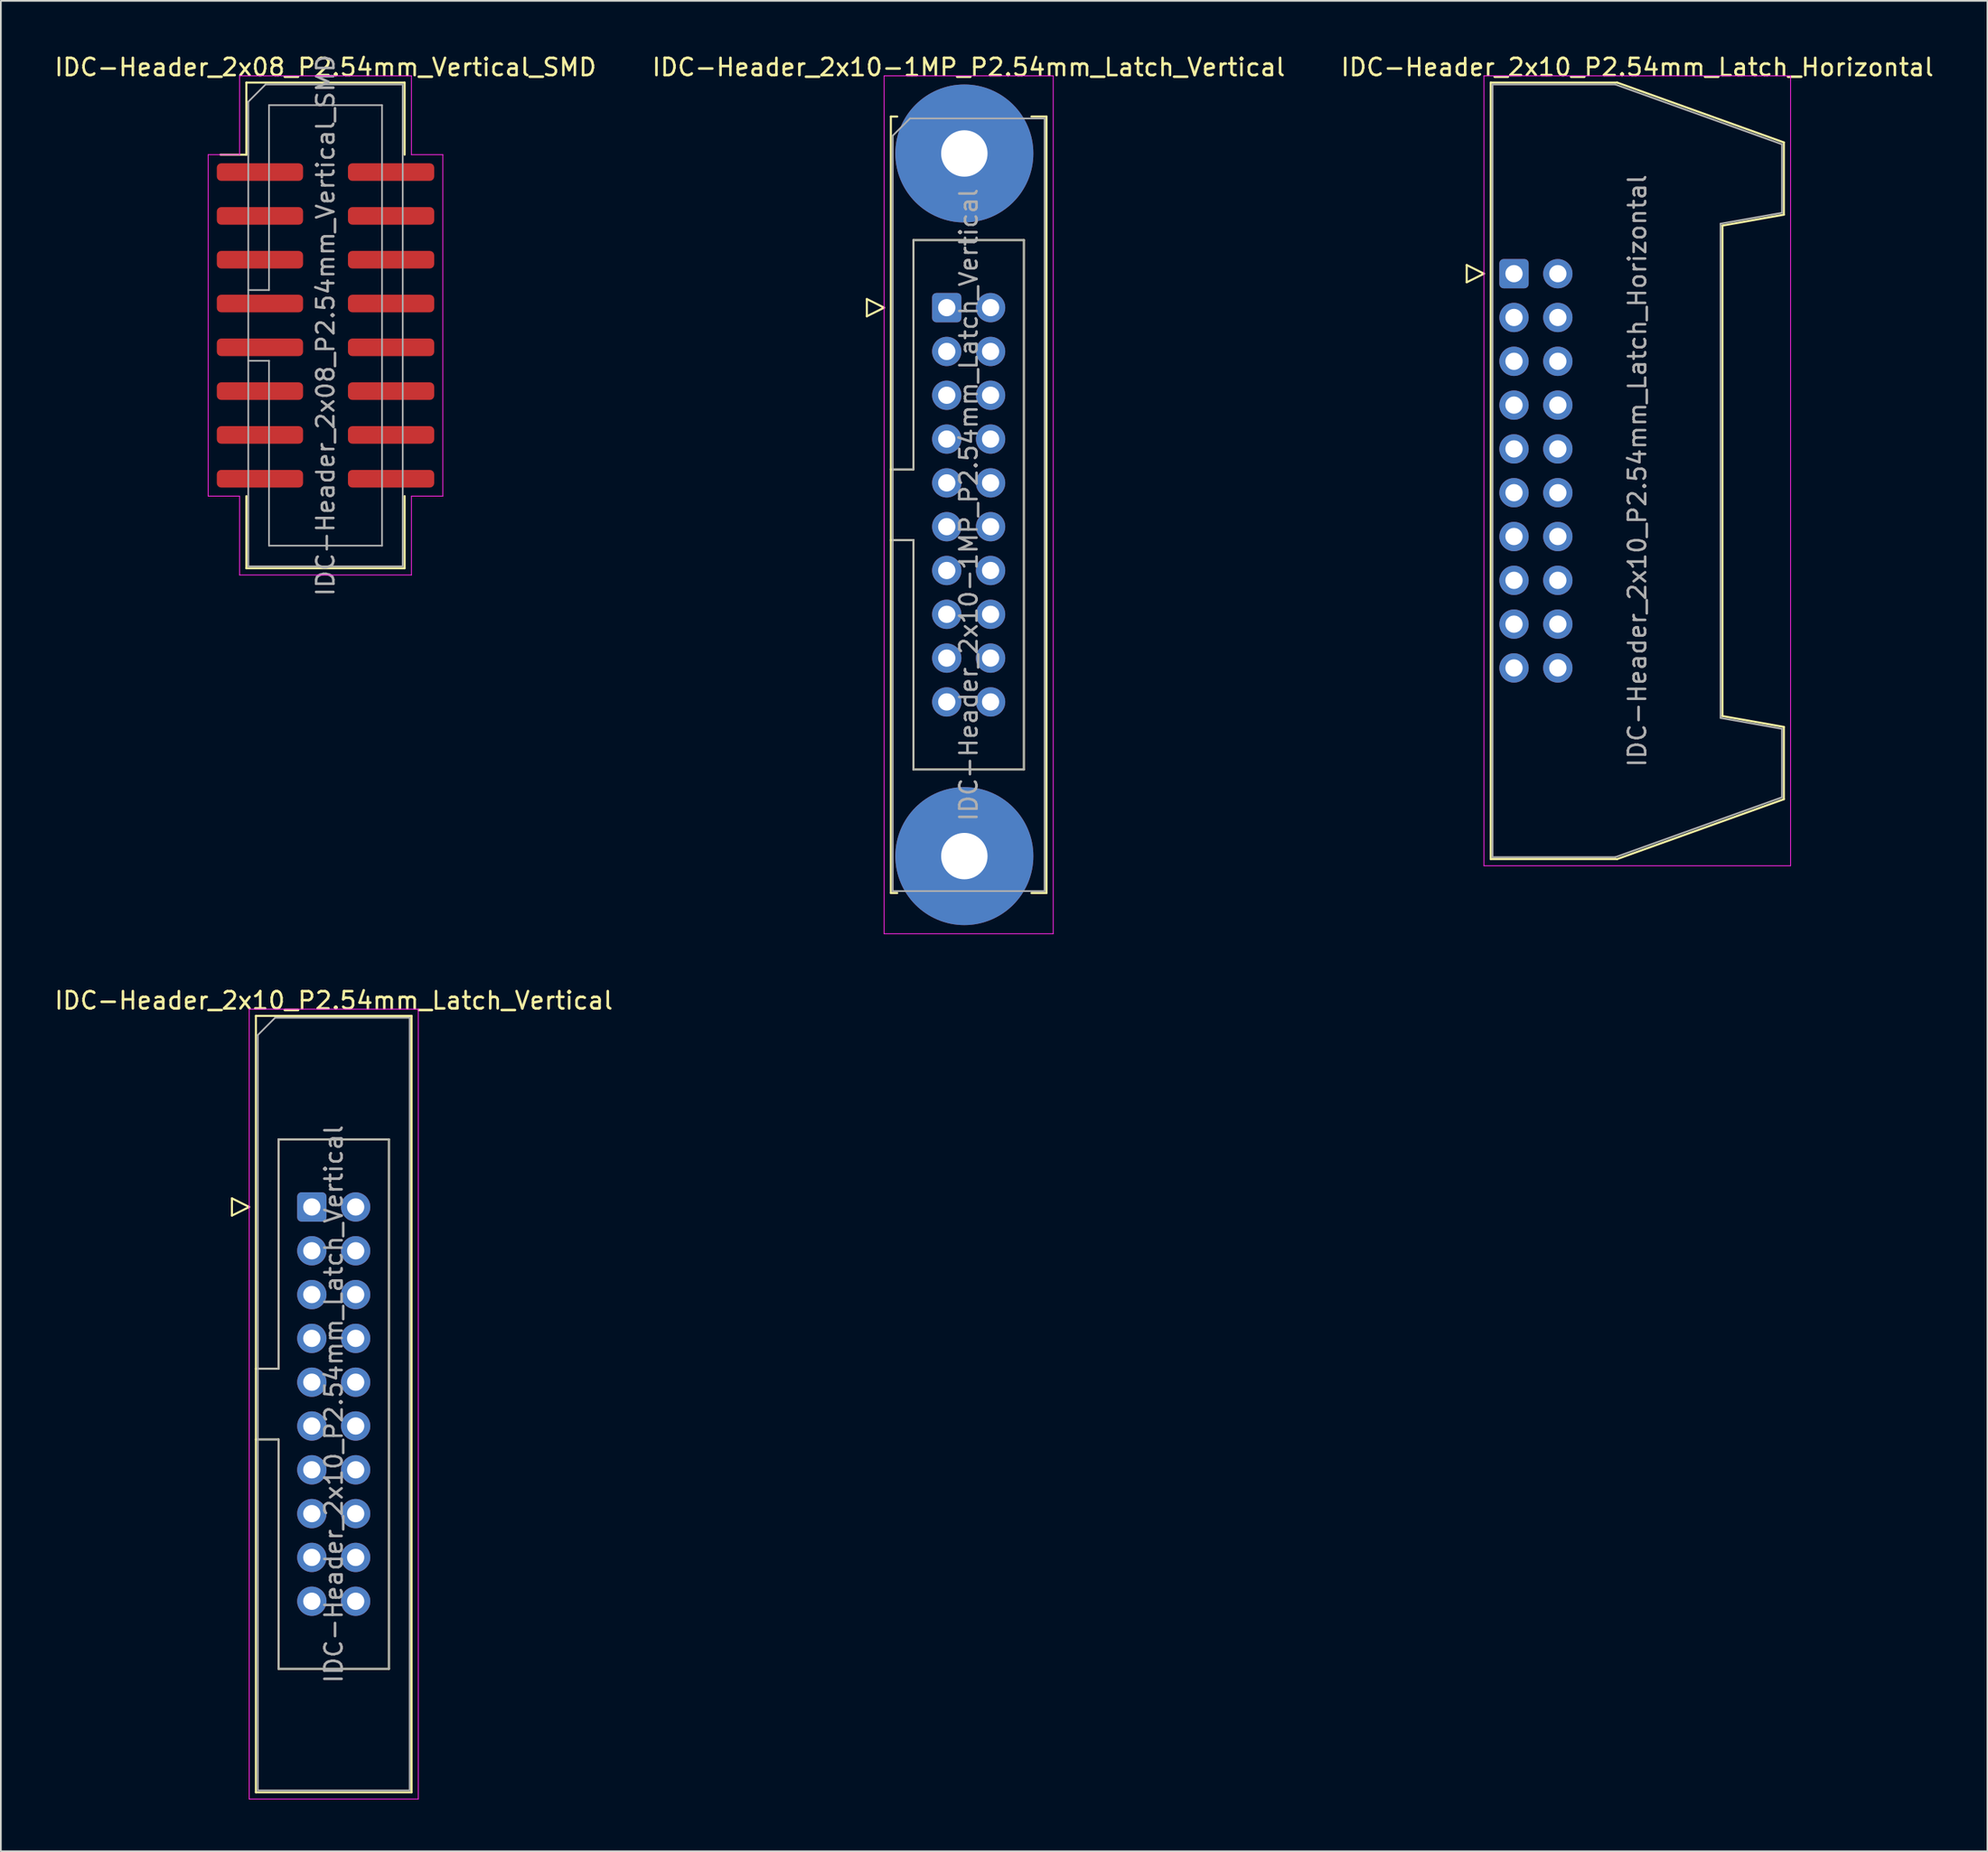
<source format=kicad_pcb>
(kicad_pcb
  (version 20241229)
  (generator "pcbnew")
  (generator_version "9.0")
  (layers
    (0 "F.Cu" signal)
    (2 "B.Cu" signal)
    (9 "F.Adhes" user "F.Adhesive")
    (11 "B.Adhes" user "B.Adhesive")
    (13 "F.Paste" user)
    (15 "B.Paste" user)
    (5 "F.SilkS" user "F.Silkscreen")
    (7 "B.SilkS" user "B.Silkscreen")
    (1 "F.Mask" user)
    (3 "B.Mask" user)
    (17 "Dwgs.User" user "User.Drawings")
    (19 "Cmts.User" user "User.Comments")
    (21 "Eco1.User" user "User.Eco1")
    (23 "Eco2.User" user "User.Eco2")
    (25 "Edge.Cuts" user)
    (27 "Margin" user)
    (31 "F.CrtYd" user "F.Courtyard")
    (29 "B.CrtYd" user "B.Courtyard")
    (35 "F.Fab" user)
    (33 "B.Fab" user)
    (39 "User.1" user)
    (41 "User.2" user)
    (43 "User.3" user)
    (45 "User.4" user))
  (footprint "IDC-Header_2x10-1MP_P2.54mm_Latch_Vertical"
    (layer "F.Cu")
    (at 51.819 14.788)
    (property "Reference" "IDC-Header_2x10-1MP_P2.54mm_Latch_Vertical" (at 1.27 -13.94 0) (layer "F.SilkS") (effects (font (size 1 1) (thickness 0.15))))
    (attr through_hole)
    (fp_line (start -4.63 -0.5) (end -4.63 0.5) (stroke (width 0.12) (type solid)) (layer "F.SilkS"))
    (fp_line (start -4.63 0.5) (end -3.63 0) (stroke (width 0.12) (type solid)) (layer "F.SilkS"))
    (fp_line (start -3.63 0) (end -4.63 -0.5) (stroke (width 0.12) (type solid)) (layer "F.SilkS"))
    (fp_line (start -3.24 -11.08) (end -3.24 33.94) (stroke (width 0.12) (type solid)) (layer "F.SilkS"))
    (fp_line (start -3.24 9.38) (end -1.93 9.38) (stroke (width 0.12) (type solid)) (layer "F.SilkS"))
    (fp_line (start -3.24 33.94) (end -2.87 33.94) (stroke (width 0.12) (type solid)) (layer "F.SilkS"))
    (fp_line (start -2.87 -11.08) (end -3.24 -11.08) (stroke (width 0.12) (type solid)) (layer "F.SilkS"))
    (fp_line (start -1.93 -3.92) (end 4.47 -3.92) (stroke (width 0.12) (type solid)) (layer "F.SilkS"))
    (fp_line (start -1.93 9.38) (end -1.93 -3.92) (stroke (width 0.12) (type solid)) (layer "F.SilkS"))
    (fp_line (start -1.93 13.48) (end -3.24 13.48) (stroke (width 0.12) (type solid)) (layer "F.SilkS"))
    (fp_line (start -1.93 13.48) (end -1.93 13.48) (stroke (width 0.12) (type solid)) (layer "F.SilkS"))
    (fp_line (start -1.93 26.78) (end -1.93 13.48) (stroke (width 0.12) (type solid)) (layer "F.SilkS"))
    (fp_line (start 4.47 -3.92) (end 4.47 26.78) (stroke (width 0.12) (type solid)) (layer "F.SilkS"))
    (fp_line (start 4.47 26.78) (end -1.93 26.78) (stroke (width 0.12) (type solid)) (layer "F.SilkS"))
    (fp_line (start 4.91 -11.08) (end 5.78 -11.08) (stroke (width 0.12) (type solid)) (layer "F.SilkS"))
    (fp_line (start 5.78 -11.08) (end 5.78 33.94) (stroke (width 0.12) (type solid)) (layer "F.SilkS"))
    (fp_line (start 5.78 33.94) (end 4.91 33.94) (stroke (width 0.12) (type solid)) (layer "F.SilkS"))
    (fp_line (start -3.63 -13.44) (end -3.63 36.3) (stroke (width 0.05) (type solid)) (layer "F.CrtYd"))
    (fp_line (start -3.63 36.3) (end 6.17 36.3) (stroke (width 0.05) (type solid)) (layer "F.CrtYd"))
    (fp_line (start 6.17 -13.44) (end -3.63 -13.44) (stroke (width 0.05) (type solid)) (layer "F.CrtYd"))
    (fp_line (start 6.17 36.3) (end 6.17 -13.44) (stroke (width 0.05) (type solid)) (layer "F.CrtYd"))
    (fp_line (start -3.13 -9.97) (end -2.13 -10.97) (stroke (width 0.1) (type solid)) (layer "F.Fab"))
    (fp_line (start -3.13 9.38) (end -1.93 9.38) (stroke (width 0.1) (type solid)) (layer "F.Fab"))
    (fp_line (start -3.13 33.83) (end -3.13 -9.97) (stroke (width 0.1) (type solid)) (layer "F.Fab"))
    (fp_line (start -2.13 -10.97) (end 5.67 -10.97) (stroke (width 0.1) (type solid)) (layer "F.Fab"))
    (fp_line (start -1.93 -3.92) (end 4.47 -3.92) (stroke (width 0.1) (type solid)) (layer "F.Fab"))
    (fp_line (start -1.93 9.38) (end -1.93 -3.92) (stroke (width 0.1) (type solid)) (layer "F.Fab"))
    (fp_line (start -1.93 13.48) (end -3.13 13.48) (stroke (width 0.1) (type solid)) (layer "F.Fab"))
    (fp_line (start -1.93 13.48) (end -1.93 13.48) (stroke (width 0.1) (type solid)) (layer "F.Fab"))
    (fp_line (start -1.93 26.78) (end -1.93 13.48) (stroke (width 0.1) (type solid)) (layer "F.Fab"))
    (fp_line (start 4.47 -3.92) (end 4.47 26.78) (stroke (width 0.1) (type solid)) (layer "F.Fab"))
    (fp_line (start 4.47 26.78) (end -1.93 26.78) (stroke (width 0.1) (type solid)) (layer "F.Fab"))
    (fp_line (start 5.67 -10.97) (end 5.67 33.83) (stroke (width 0.1) (type solid)) (layer "F.Fab"))
    (fp_line (start 5.67 33.83) (end -3.13 33.83) (stroke (width 0.1) (type solid)) (layer "F.Fab"))
    (fp_text user "${REFERENCE}" (at 1.27 11.43 90) (layer "F.Fab") (effects (font (size 1 1) (thickness 0.15))))
    (pad "1" thru_hole roundrect (at 0 0) (size 1.7 1.7) (drill 1) (layers "*.Cu" "*.Mask") (roundrect_rratio 0.147))
    (pad "2" thru_hole circle (at 2.54 0) (size 1.7 1.7) (drill 1) (layers "*.Cu" "*.Mask"))
    (pad "3" thru_hole circle (at 0 2.54) (size 1.7 1.7) (drill 1) (layers "*.Cu" "*.Mask"))
    (pad "4" thru_hole circle (at 2.54 2.54) (size 1.7 1.7) (drill 1) (layers "*.Cu" "*.Mask"))
    (pad "5" thru_hole circle (at 0 5.08) (size 1.7 1.7) (drill 1) (layers "*.Cu" "*.Mask"))
    (pad "6" thru_hole circle (at 2.54 5.08) (size 1.7 1.7) (drill 1) (layers "*.Cu" "*.Mask"))
    (pad "7" thru_hole circle (at 0 7.62) (size 1.7 1.7) (drill 1) (layers "*.Cu" "*.Mask"))
    (pad "8" thru_hole circle (at 2.54 7.62) (size 1.7 1.7) (drill 1) (layers "*.Cu" "*.Mask"))
    (pad "9" thru_hole circle (at 0 10.16) (size 1.7 1.7) (drill 1) (layers "*.Cu" "*.Mask"))
    (pad "10" thru_hole circle (at 2.54 10.16) (size 1.7 1.7) (drill 1) (layers "*.Cu" "*.Mask"))
    (pad "11" thru_hole circle (at 0 12.7) (size 1.7 1.7) (drill 1) (layers "*.Cu" "*.Mask"))
    (pad "12" thru_hole circle (at 2.54 12.7) (size 1.7 1.7) (drill 1) (layers "*.Cu" "*.Mask"))
    (pad "13" thru_hole circle (at 0 15.24) (size 1.7 1.7) (drill 1) (layers "*.Cu" "*.Mask"))
    (pad "14" thru_hole circle (at 2.54 15.24) (size 1.7 1.7) (drill 1) (layers "*.Cu" "*.Mask"))
    (pad "15" thru_hole circle (at 0 17.78) (size 1.7 1.7) (drill 1) (layers "*.Cu" "*.Mask"))
    (pad "16" thru_hole circle (at 2.54 17.78) (size 1.7 1.7) (drill 1) (layers "*.Cu" "*.Mask"))
    (pad "17" thru_hole circle (at 0 20.32) (size 1.7 1.7) (drill 1) (layers "*.Cu" "*.Mask"))
    (pad "18" thru_hole circle (at 2.54 20.32) (size 1.7 1.7) (drill 1) (layers "*.Cu" "*.Mask"))
    (pad "19" thru_hole circle (at 0 22.86) (size 1.7 1.7) (drill 1) (layers "*.Cu" "*.Mask"))
    (pad "20" thru_hole circle (at 2.54 22.86) (size 1.7 1.7) (drill 1) (layers "*.Cu" "*.Mask"))
    (pad "MP" thru_hole circle (at 1.02 -8.94) (size 8 8) (drill 2.69) (layers "*.Cu" "*.Mask"))
    (pad "MP" thru_hole circle (at 1.02 31.8) (size 8 8) (drill 2.69) (layers "*.Cu" "*.Mask")))
  (footprint "IDC-Header_2x10_P2.54mm_Latch_Vertical"
    (layer "F.Cu")
    (at 15.022 66.931)
    (property "Reference" "IDC-Header_2x10_P2.54mm_Latch_Vertical" (at 1.27 -11.97 0) (layer "F.SilkS") (effects (font (size 1 1) (thickness 0.15))))
    (attr through_hole)
    (fp_line (start -4.63 -0.5) (end -4.63 0.5) (stroke (width 0.12) (type solid)) (layer "F.SilkS"))
    (fp_line (start -4.63 0.5) (end -3.63 0) (stroke (width 0.12) (type solid)) (layer "F.SilkS"))
    (fp_line (start -3.63 0) (end -4.63 -0.5) (stroke (width 0.12) (type solid)) (layer "F.SilkS"))
    (fp_line (start -3.24 -11.08) (end 5.78 -11.08) (stroke (width 0.12) (type solid)) (layer "F.SilkS"))
    (fp_line (start -3.24 9.38) (end -1.93 9.38) (stroke (width 0.12) (type solid)) (layer "F.SilkS"))
    (fp_line (start -3.24 33.94) (end -3.24 -11.08) (stroke (width 0.12) (type solid)) (layer "F.SilkS"))
    (fp_line (start -1.93 -3.92) (end 4.47 -3.92) (stroke (width 0.12) (type solid)) (layer "F.SilkS"))
    (fp_line (start -1.93 9.38) (end -1.93 -3.92) (stroke (width 0.12) (type solid)) (layer "F.SilkS"))
    (fp_line (start -1.93 13.48) (end -3.24 13.48) (stroke (width 0.12) (type solid)) (layer "F.SilkS"))
    (fp_line (start -1.93 13.48) (end -1.93 13.48) (stroke (width 0.12) (type solid)) (layer "F.SilkS"))
    (fp_line (start -1.93 26.78) (end -1.93 13.48) (stroke (width 0.12) (type solid)) (layer "F.SilkS"))
    (fp_line (start 4.47 -3.92) (end 4.47 26.78) (stroke (width 0.12) (type solid)) (layer "F.SilkS"))
    (fp_line (start 4.47 26.78) (end -1.93 26.78) (stroke (width 0.12) (type solid)) (layer "F.SilkS"))
    (fp_line (start 5.78 -11.08) (end 5.78 33.94) (stroke (width 0.12) (type solid)) (layer "F.SilkS"))
    (fp_line (start 5.78 33.94) (end -3.24 33.94) (stroke (width 0.12) (type solid)) (layer "F.SilkS"))
    (fp_line (start -3.63 -11.47) (end -3.63 34.33) (stroke (width 0.05) (type solid)) (layer "F.CrtYd"))
    (fp_line (start -3.63 34.33) (end 6.17 34.33) (stroke (width 0.05) (type solid)) (layer "F.CrtYd"))
    (fp_line (start 6.17 -11.47) (end -3.63 -11.47) (stroke (width 0.05) (type solid)) (layer "F.CrtYd"))
    (fp_line (start 6.17 34.33) (end 6.17 -11.47) (stroke (width 0.05) (type solid)) (layer "F.CrtYd"))
    (fp_line (start -3.13 -9.97) (end -2.13 -10.97) (stroke (width 0.1) (type solid)) (layer "F.Fab"))
    (fp_line (start -3.13 9.38) (end -1.93 9.38) (stroke (width 0.1) (type solid)) (layer "F.Fab"))
    (fp_line (start -3.13 33.83) (end -3.13 -9.97) (stroke (width 0.1) (type solid)) (layer "F.Fab"))
    (fp_line (start -2.13 -10.97) (end 5.67 -10.97) (stroke (width 0.1) (type solid)) (layer "F.Fab"))
    (fp_line (start -1.93 -3.92) (end 4.47 -3.92) (stroke (width 0.1) (type solid)) (layer "F.Fab"))
    (fp_line (start -1.93 9.38) (end -1.93 -3.92) (stroke (width 0.1) (type solid)) (layer "F.Fab"))
    (fp_line (start -1.93 13.48) (end -3.13 13.48) (stroke (width 0.1) (type solid)) (layer "F.Fab"))
    (fp_line (start -1.93 13.48) (end -1.93 13.48) (stroke (width 0.1) (type solid)) (layer "F.Fab"))
    (fp_line (start -1.93 26.78) (end -1.93 13.48) (stroke (width 0.1) (type solid)) (layer "F.Fab"))
    (fp_line (start 4.47 -3.92) (end 4.47 26.78) (stroke (width 0.1) (type solid)) (layer "F.Fab"))
    (fp_line (start 4.47 26.78) (end -1.93 26.78) (stroke (width 0.1) (type solid)) (layer "F.Fab"))
    (fp_line (start 5.67 -10.97) (end 5.67 33.83) (stroke (width 0.1) (type solid)) (layer "F.Fab"))
    (fp_line (start 5.67 33.83) (end -3.13 33.83) (stroke (width 0.1) (type solid)) (layer "F.Fab"))
    (fp_text user "${REFERENCE}" (at 1.27 11.43 90) (layer "F.Fab") (effects (font (size 1 1) (thickness 0.15))))
    (pad "1" thru_hole roundrect (at 0 0) (size 1.7 1.7) (drill 1) (layers "*.Cu" "*.Mask") (roundrect_rratio 0.147))
    (pad "2" thru_hole circle (at 2.54 0) (size 1.7 1.7) (drill 1) (layers "*.Cu" "*.Mask"))
    (pad "3" thru_hole circle (at 0 2.54) (size 1.7 1.7) (drill 1) (layers "*.Cu" "*.Mask"))
    (pad "4" thru_hole circle (at 2.54 2.54) (size 1.7 1.7) (drill 1) (layers "*.Cu" "*.Mask"))
    (pad "5" thru_hole circle (at 0 5.08) (size 1.7 1.7) (drill 1) (layers "*.Cu" "*.Mask"))
    (pad "6" thru_hole circle (at 2.54 5.08) (size 1.7 1.7) (drill 1) (layers "*.Cu" "*.Mask"))
    (pad "7" thru_hole circle (at 0 7.62) (size 1.7 1.7) (drill 1) (layers "*.Cu" "*.Mask"))
    (pad "8" thru_hole circle (at 2.54 7.62) (size 1.7 1.7) (drill 1) (layers "*.Cu" "*.Mask"))
    (pad "9" thru_hole circle (at 0 10.16) (size 1.7 1.7) (drill 1) (layers "*.Cu" "*.Mask"))
    (pad "10" thru_hole circle (at 2.54 10.16) (size 1.7 1.7) (drill 1) (layers "*.Cu" "*.Mask"))
    (pad "11" thru_hole circle (at 0 12.7) (size 1.7 1.7) (drill 1) (layers "*.Cu" "*.Mask"))
    (pad "12" thru_hole circle (at 2.54 12.7) (size 1.7 1.7) (drill 1) (layers "*.Cu" "*.Mask"))
    (pad "13" thru_hole circle (at 0 15.24) (size 1.7 1.7) (drill 1) (layers "*.Cu" "*.Mask"))
    (pad "14" thru_hole circle (at 2.54 15.24) (size 1.7 1.7) (drill 1) (layers "*.Cu" "*.Mask"))
    (pad "15" thru_hole circle (at 0 17.78) (size 1.7 1.7) (drill 1) (layers "*.Cu" "*.Mask"))
    (pad "16" thru_hole circle (at 2.54 17.78) (size 1.7 1.7) (drill 1) (layers "*.Cu" "*.Mask"))
    (pad "17" thru_hole circle (at 0 20.32) (size 1.7 1.7) (drill 1) (layers "*.Cu" "*.Mask"))
    (pad "18" thru_hole circle (at 2.54 20.32) (size 1.7 1.7) (drill 1) (layers "*.Cu" "*.Mask"))
    (pad "19" thru_hole circle (at 0 22.86) (size 1.7 1.7) (drill 1) (layers "*.Cu" "*.Mask"))
    (pad "20" thru_hole circle (at 2.54 22.86) (size 1.7 1.7) (drill 1) (layers "*.Cu" "*.Mask")))
  (footprint "IDC-Header_2x10_P2.54mm_Latch_Horizontal"
    (layer "F.Cu")
    (at 84.694 12.818)
    (property "Reference" "IDC-Header_2x10_P2.54mm_Latch_Horizontal" (at 7.145 -11.97 0) (layer "F.SilkS") (effects (font (size 1 1) (thickness 0.15))))
    (attr through_hole)
    (fp_line (start -2.74 -0.5) (end -2.74 0.5) (stroke (width 0.12) (type solid)) (layer "F.SilkS"))
    (fp_line (start -2.74 0.5) (end -1.74 0) (stroke (width 0.12) (type solid)) (layer "F.SilkS"))
    (fp_line (start -1.74 0) (end -2.74 -0.5) (stroke (width 0.12) (type solid)) (layer "F.SilkS"))
    (fp_line (start -1.35 -11.08) (end 5.98 -11.08) (stroke (width 0.12) (type solid)) (layer "F.SilkS"))
    (fp_line (start -1.35 33.94) (end -1.35 -11.08) (stroke (width 0.12) (type solid)) (layer "F.SilkS"))
    (fp_line (start 5.98 -11.08) (end 15.64 -7.61) (stroke (width 0.12) (type solid)) (layer "F.SilkS"))
    (fp_line (start 5.98 33.94) (end -1.35 33.94) (stroke (width 0.12) (type solid)) (layer "F.SilkS"))
    (fp_line (start 12.08 -2.79) (end 12.08 25.65) (stroke (width 0.12) (type solid)) (layer "F.SilkS"))
    (fp_line (start 12.08 25.65) (end 15.64 26.28) (stroke (width 0.12) (type solid)) (layer "F.SilkS"))
    (fp_line (start 15.64 -7.61) (end 15.64 -3.42) (stroke (width 0.12) (type solid)) (layer "F.SilkS"))
    (fp_line (start 15.64 -3.42) (end 12.08 -2.79) (stroke (width 0.12) (type solid)) (layer "F.SilkS"))
    (fp_line (start 15.64 26.28) (end 15.64 30.47) (stroke (width 0.12) (type solid)) (layer "F.SilkS"))
    (fp_line (start 15.64 30.47) (end 5.98 33.94) (stroke (width 0.12) (type solid)) (layer "F.SilkS"))
    (fp_line (start -1.74 -11.47) (end -1.74 34.33) (stroke (width 0.05) (type solid)) (layer "F.CrtYd"))
    (fp_line (start -1.74 34.33) (end 16.03 34.33) (stroke (width 0.05) (type solid)) (layer "F.CrtYd"))
    (fp_line (start 16.03 -11.47) (end -1.74 -11.47) (stroke (width 0.05) (type solid)) (layer "F.CrtYd"))
    (fp_line (start 16.03 34.33) (end 16.03 -11.47) (stroke (width 0.05) (type solid)) (layer "F.CrtYd"))
    (fp_line (start -1.24 -10.97) (end 5.87 -10.97) (stroke (width 0.1) (type solid)) (layer "F.Fab"))
    (fp_line (start -1.24 33.83) (end -1.24 -10.97) (stroke (width 0.1) (type solid)) (layer "F.Fab"))
    (fp_line (start 5.87 -10.97) (end 15.53 -7.5) (stroke (width 0.1) (type solid)) (layer "F.Fab"))
    (fp_line (start 5.87 33.83) (end -1.24 33.83) (stroke (width 0.1) (type solid)) (layer "F.Fab"))
    (fp_line (start 11.97 -2.9) (end 11.97 25.76) (stroke (width 0.1) (type solid)) (layer "F.Fab"))
    (fp_line (start 11.97 25.76) (end 15.53 26.39) (stroke (width 0.1) (type solid)) (layer "F.Fab"))
    (fp_line (start 15.53 -7.5) (end 15.53 -3.53) (stroke (width 0.1) (type solid)) (layer "F.Fab"))
    (fp_line (start 15.53 -3.53) (end 11.97 -2.9) (stroke (width 0.1) (type solid)) (layer "F.Fab"))
    (fp_line (start 15.53 26.39) (end 15.53 30.36) (stroke (width 0.1) (type solid)) (layer "F.Fab"))
    (fp_line (start 15.53 30.36) (end 5.87 33.83) (stroke (width 0.1) (type solid)) (layer "F.Fab"))
    (fp_text user "${REFERENCE}" (at 7.145 11.43 90) (layer "F.Fab") (effects (font (size 1 1) (thickness 0.15))))
    (pad "1" thru_hole roundrect (at 0 0) (size 1.7 1.7) (drill 1) (layers "*.Cu" "*.Mask") (roundrect_rratio 0.147))
    (pad "2" thru_hole circle (at 2.54 0) (size 1.7 1.7) (drill 1) (layers "*.Cu" "*.Mask"))
    (pad "3" thru_hole circle (at 0 2.54) (size 1.7 1.7) (drill 1) (layers "*.Cu" "*.Mask"))
    (pad "4" thru_hole circle (at 2.54 2.54) (size 1.7 1.7) (drill 1) (layers "*.Cu" "*.Mask"))
    (pad "5" thru_hole circle (at 0 5.08) (size 1.7 1.7) (drill 1) (layers "*.Cu" "*.Mask"))
    (pad "6" thru_hole circle (at 2.54 5.08) (size 1.7 1.7) (drill 1) (layers "*.Cu" "*.Mask"))
    (pad "7" thru_hole circle (at 0 7.62) (size 1.7 1.7) (drill 1) (layers "*.Cu" "*.Mask"))
    (pad "8" thru_hole circle (at 2.54 7.62) (size 1.7 1.7) (drill 1) (layers "*.Cu" "*.Mask"))
    (pad "9" thru_hole circle (at 0 10.16) (size 1.7 1.7) (drill 1) (layers "*.Cu" "*.Mask"))
    (pad "10" thru_hole circle (at 2.54 10.16) (size 1.7 1.7) (drill 1) (layers "*.Cu" "*.Mask"))
    (pad "11" thru_hole circle (at 0 12.7) (size 1.7 1.7) (drill 1) (layers "*.Cu" "*.Mask"))
    (pad "12" thru_hole circle (at 2.54 12.7) (size 1.7 1.7) (drill 1) (layers "*.Cu" "*.Mask"))
    (pad "13" thru_hole circle (at 0 15.24) (size 1.7 1.7) (drill 1) (layers "*.Cu" "*.Mask"))
    (pad "14" thru_hole circle (at 2.54 15.24) (size 1.7 1.7) (drill 1) (layers "*.Cu" "*.Mask"))
    (pad "15" thru_hole circle (at 0 17.78) (size 1.7 1.7) (drill 1) (layers "*.Cu" "*.Mask"))
    (pad "16" thru_hole circle (at 2.54 17.78) (size 1.7 1.7) (drill 1) (layers "*.Cu" "*.Mask"))
    (pad "17" thru_hole circle (at 0 20.32) (size 1.7 1.7) (drill 1) (layers "*.Cu" "*.Mask"))
    (pad "18" thru_hole circle (at 2.54 20.32) (size 1.7 1.7) (drill 1) (layers "*.Cu" "*.Mask"))
    (pad "19" thru_hole circle (at 0 22.86) (size 1.7 1.7) (drill 1) (layers "*.Cu" "*.Mask"))
    (pad "20" thru_hole circle (at 2.54 22.86) (size 1.7 1.7) (drill 1) (layers "*.Cu" "*.Mask")))
  (footprint "IDC-Header_2x08_P2.54mm_Vertical_SMD"
    (layer "F.Cu")
    (at 15.815 15.818)
    (property "Reference" "IDC-Header_2x08_P2.54mm_Vertical_SMD" (at 0 -14.97 0) (layer "F.SilkS") (effects (font (size 1 1) (thickness 0.15))))
    (attr smd)
    (fp_line (start -4.585 -14.08) (end 4.585 -14.08) (stroke (width 0.12) (type solid)) (layer "F.SilkS"))
    (fp_line (start -4.585 -9.9) (end -6.085 -9.9) (stroke (width 0.12) (type solid)) (layer "F.SilkS"))
    (fp_line (start -4.585 -9.9) (end -4.585 -14.08) (stroke (width 0.12) (type solid)) (layer "F.SilkS"))
    (fp_line (start -4.585 9.9) (end -4.585 14.08) (stroke (width 0.12) (type solid)) (layer "F.SilkS"))
    (fp_line (start -4.585 14.08) (end 4.585 14.08) (stroke (width 0.12) (type solid)) (layer "F.SilkS"))
    (fp_line (start 4.585 -14.08) (end 4.585 -9.9) (stroke (width 0.12) (type solid)) (layer "F.SilkS"))
    (fp_line (start 4.585 14.08) (end 4.585 9.9) (stroke (width 0.12) (type solid)) (layer "F.SilkS"))
    (fp_line (start -6.8 -9.9) (end -6.8 9.9) (stroke (width 0.05) (type solid)) (layer "F.CrtYd"))
    (fp_line (start -6.8 9.9) (end -4.98 9.9) (stroke (width 0.05) (type solid)) (layer "F.CrtYd"))
    (fp_line (start -4.98 -14.47) (end -4.98 -9.9) (stroke (width 0.05) (type solid)) (layer "F.CrtYd"))
    (fp_line (start -4.98 -9.9) (end -6.8 -9.9) (stroke (width 0.05) (type solid)) (layer "F.CrtYd"))
    (fp_line (start -4.98 9.9) (end -4.98 14.47) (stroke (width 0.05) (type solid)) (layer "F.CrtYd"))
    (fp_line (start -4.98 14.47) (end 4.98 14.47) (stroke (width 0.05) (type solid)) (layer "F.CrtYd"))
    (fp_line (start 4.98 -14.47) (end -4.98 -14.47) (stroke (width 0.05) (type solid)) (layer "F.CrtYd"))
    (fp_line (start 4.98 -9.9) (end 4.98 -14.47) (stroke (width 0.05) (type solid)) (layer "F.CrtYd"))
    (fp_line (start 4.98 9.9) (end 6.8 9.9) (stroke (width 0.05) (type solid)) (layer "F.CrtYd"))
    (fp_line (start 4.98 14.47) (end 4.98 9.9) (stroke (width 0.05) (type solid)) (layer "F.CrtYd"))
    (fp_line (start 6.8 -9.9) (end 4.98 -9.9) (stroke (width 0.05) (type solid)) (layer "F.CrtYd"))
    (fp_line (start 6.8 9.9) (end 6.8 -9.9) (stroke (width 0.05) (type solid)) (layer "F.CrtYd"))
    (fp_line (start -4.475 -12.97) (end -3.475 -13.97) (stroke (width 0.1) (type solid)) (layer "F.Fab"))
    (fp_line (start -4.475 -2.05) (end -3.275 -2.05) (stroke (width 0.1) (type solid)) (layer "F.Fab"))
    (fp_line (start -4.475 13.97) (end -4.475 -12.97) (stroke (width 0.1) (type solid)) (layer "F.Fab"))
    (fp_line (start -3.475 -13.97) (end 4.475 -13.97) (stroke (width 0.1) (type solid)) (layer "F.Fab"))
    (fp_line (start -3.275 -12.77) (end 3.275 -12.77) (stroke (width 0.1) (type solid)) (layer "F.Fab"))
    (fp_line (start -3.275 -2.05) (end -3.275 -12.77) (stroke (width 0.1) (type solid)) (layer "F.Fab"))
    (fp_line (start -3.275 2.05) (end -4.475 2.05) (stroke (width 0.1) (type solid)) (layer "F.Fab"))
    (fp_line (start -3.275 2.05) (end -3.275 2.05) (stroke (width 0.1) (type solid)) (layer "F.Fab"))
    (fp_line (start -3.275 12.77) (end -3.275 2.05) (stroke (width 0.1) (type solid)) (layer "F.Fab"))
    (fp_line (start 3.275 -12.77) (end 3.275 12.77) (stroke (width 0.1) (type solid)) (layer "F.Fab"))
    (fp_line (start 3.275 12.77) (end -3.275 12.77) (stroke (width 0.1) (type solid)) (layer "F.Fab"))
    (fp_line (start 4.475 -13.97) (end 4.475 13.97) (stroke (width 0.1) (type solid)) (layer "F.Fab"))
    (fp_line (start 4.475 13.97) (end -4.475 13.97) (stroke (width 0.1) (type solid)) (layer "F.Fab"))
    (fp_text user "${REFERENCE}" (at 0 0 90) (layer "F.Fab") (effects (font (size 1 1) (thickness 0.15))))
    (pad "1" smd roundrect (at -3.8 -8.89) (size 5 1.02) (layers "F.Cu" "F.Mask" "F.Paste") (roundrect_rratio 0.25))
    (pad "2" smd roundrect (at 3.8 -8.89) (size 5 1.02) (layers "F.Cu" "F.Mask" "F.Paste") (roundrect_rratio 0.25))
    (pad "3" smd roundrect (at -3.8 -6.35) (size 5 1.02) (layers "F.Cu" "F.Mask" "F.Paste") (roundrect_rratio 0.25))
    (pad "4" smd roundrect (at 3.8 -6.35) (size 5 1.02) (layers "F.Cu" "F.Mask" "F.Paste") (roundrect_rratio 0.25))
    (pad "5" smd roundrect (at -3.8 -3.81) (size 5 1.02) (layers "F.Cu" "F.Mask" "F.Paste") (roundrect_rratio 0.25))
    (pad "6" smd roundrect (at 3.8 -3.81) (size 5 1.02) (layers "F.Cu" "F.Mask" "F.Paste") (roundrect_rratio 0.25))
    (pad "7" smd roundrect (at -3.8 -1.27) (size 5 1.02) (layers "F.Cu" "F.Mask" "F.Paste") (roundrect_rratio 0.25))
    (pad "8" smd roundrect (at 3.8 -1.27) (size 5 1.02) (layers "F.Cu" "F.Mask" "F.Paste") (roundrect_rratio 0.25))
    (pad "9" smd roundrect (at -3.8 1.27) (size 5 1.02) (layers "F.Cu" "F.Mask" "F.Paste") (roundrect_rratio 0.25))
    (pad "10" smd roundrect (at 3.8 1.27) (size 5 1.02) (layers "F.Cu" "F.Mask" "F.Paste") (roundrect_rratio 0.25))
    (pad "11" smd roundrect (at -3.8 3.81) (size 5 1.02) (layers "F.Cu" "F.Mask" "F.Paste") (roundrect_rratio 0.25))
    (pad "12" smd roundrect (at 3.8 3.81) (size 5 1.02) (layers "F.Cu" "F.Mask" "F.Paste") (roundrect_rratio 0.25))
    (pad "13" smd roundrect (at -3.8 6.35) (size 5 1.02) (layers "F.Cu" "F.Mask" "F.Paste") (roundrect_rratio 0.25))
    (pad "14" smd roundrect (at 3.8 6.35) (size 5 1.02) (layers "F.Cu" "F.Mask" "F.Paste") (roundrect_rratio 0.25))
    (pad "15" smd roundrect (at -3.8 8.89) (size 5 1.02) (layers "F.Cu" "F.Mask" "F.Paste") (roundrect_rratio 0.25))
    (pad "16" smd roundrect (at 3.8 8.89) (size 5 1.02) (layers "F.Cu" "F.Mask" "F.Paste") (roundrect_rratio 0.25)))
  (gr_rect
    (start -3 -3)
    (end 112.131 104.287)
    (stroke (width 0.1) (type default))
    (fill no)
    (layer "Edge.Cuts")))
</source>
